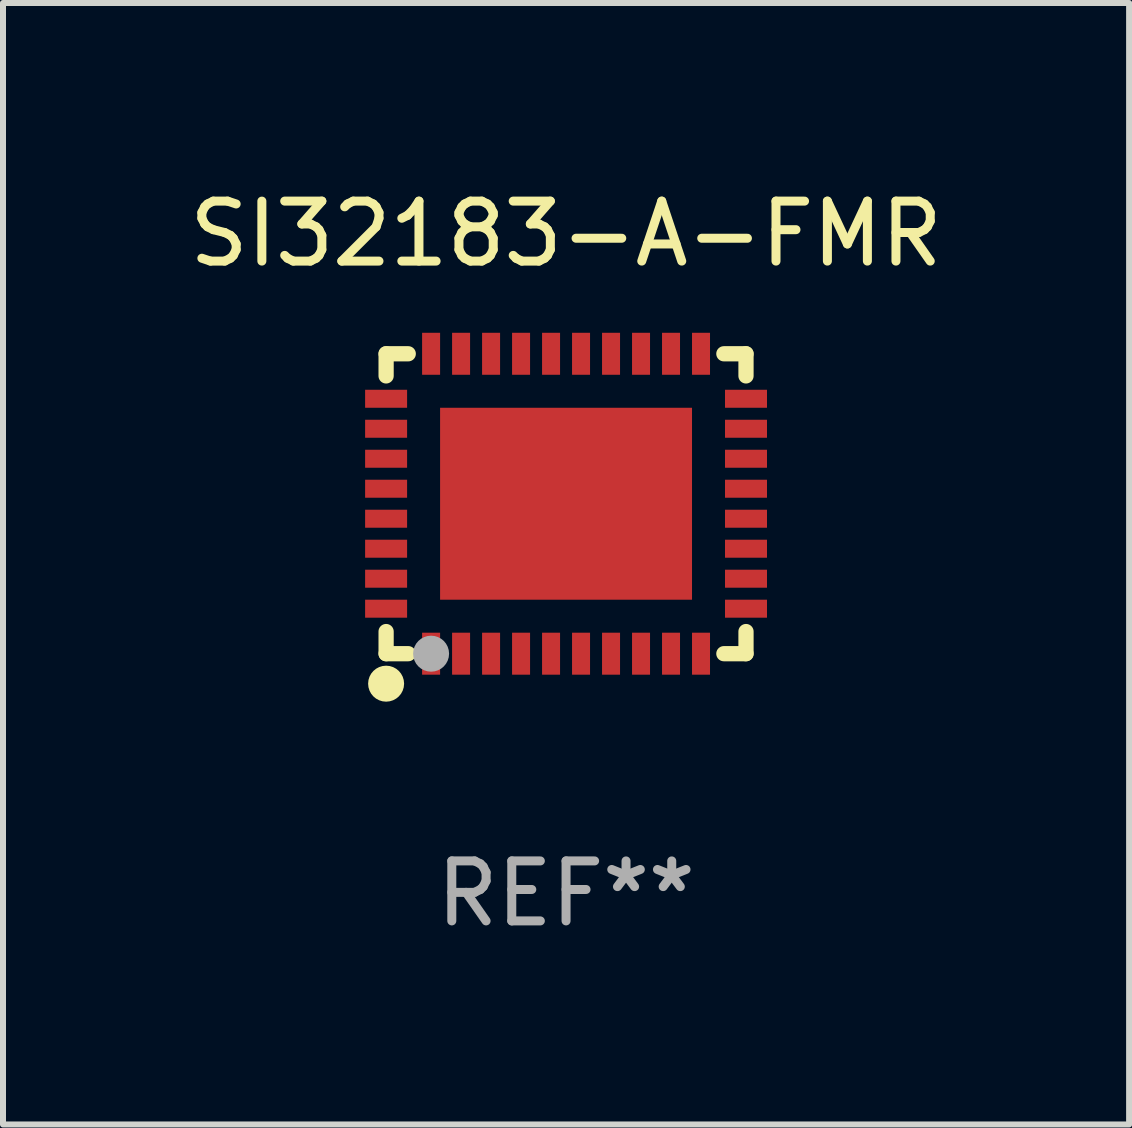
<source format=kicad_pcb>
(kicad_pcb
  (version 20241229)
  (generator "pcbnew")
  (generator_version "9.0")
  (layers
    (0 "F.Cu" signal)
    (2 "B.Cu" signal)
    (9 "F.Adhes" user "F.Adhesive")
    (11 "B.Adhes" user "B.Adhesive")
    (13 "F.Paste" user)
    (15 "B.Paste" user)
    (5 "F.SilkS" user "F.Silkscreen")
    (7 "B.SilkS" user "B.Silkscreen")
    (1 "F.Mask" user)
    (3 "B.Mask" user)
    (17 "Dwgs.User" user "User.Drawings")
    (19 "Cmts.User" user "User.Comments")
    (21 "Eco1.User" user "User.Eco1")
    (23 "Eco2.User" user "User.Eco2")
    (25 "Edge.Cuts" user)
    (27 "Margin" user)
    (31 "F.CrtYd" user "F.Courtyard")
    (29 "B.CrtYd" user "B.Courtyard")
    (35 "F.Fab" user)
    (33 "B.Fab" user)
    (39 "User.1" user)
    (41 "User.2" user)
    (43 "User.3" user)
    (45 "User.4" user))
  (footprint "SI32183-A-FMR"
    (layer "F.Cu")
    (at 6.387 5.348)
    (property "Reference" "SI32183-A-FMR" (at 0 -4.5 0) (layer "F.SilkS") (effects (font (size 1 1) (thickness 0.15))))
    (attr through_hole)
    (fp_line (start -3 -2.5) (end -3 -2.131) (stroke (width 0.254) (type solid)) (layer "F.SilkS"))
    (fp_line (start -3 -2.5) (end -2.631 -2.5) (stroke (width 0.254) (type solid)) (layer "F.SilkS"))
    (fp_line (start -3 2.131) (end -3 2.5) (stroke (width 0.254) (type solid)) (layer "F.SilkS"))
    (fp_line (start -3 2.5) (end -2.631 2.5) (stroke (width 0.254) (type solid)) (layer "F.SilkS"))
    (fp_line (start 2.631 -2.5) (end 3 -2.5) (stroke (width 0.254) (type solid)) (layer "F.SilkS"))
    (fp_line (start 2.631 2.5) (end 3 2.5) (stroke (width 0.254) (type solid)) (layer "F.SilkS"))
    (fp_line (start 3 -2.131) (end 3 -2.5) (stroke (width 0.254) (type solid)) (layer "F.SilkS"))
    (fp_line (start 3 2.5) (end 3 2.131) (stroke (width 0.254) (type solid)) (layer "F.SilkS"))
    (fp_circle (center -3 2.5) (end -2.97 2.5) (stroke (width 0.06) (type solid)) (fill no) (layer "F.SilkS"))
    (fp_circle (center -3 3) (end -2.85 3) (stroke (width 0.3) (type solid)) (fill no) (layer "F.SilkS"))
    (fp_circle (center -2.25 2.5) (end -2.1 2.5) (stroke (width 0.3) (type solid)) (fill no) (layer "F.Fab"))
    (fp_text user "REF**" (at 0 6.5 0) (layer "F.Fab") (effects (font (size 1 1) (thickness 0.15))))
    (pad "1" smd rect (at -2.25 2.5 180) (size 0.3 0.7) (layers "F.Cu" "F.Mask" "F.Paste"))
    (pad "2" smd rect (at -1.75 2.5 180) (size 0.3 0.7) (layers "F.Cu" "F.Mask" "F.Paste"))
    (pad "3" smd rect (at -1.25 2.5 180) (size 0.3 0.7) (layers "F.Cu" "F.Mask" "F.Paste"))
    (pad "4" smd rect (at -0.75 2.5 180) (size 0.3 0.7) (layers "F.Cu" "F.Mask" "F.Paste"))
    (pad "5" smd rect (at -0.25 2.5 180) (size 0.3 0.7) (layers "F.Cu" "F.Mask" "F.Paste"))
    (pad "6" smd rect (at 0.25 2.5 180) (size 0.3 0.7) (layers "F.Cu" "F.Mask" "F.Paste"))
    (pad "7" smd rect (at 0.75 2.5 180) (size 0.3 0.7) (layers "F.Cu" "F.Mask" "F.Paste"))
    (pad "8" smd rect (at 1.25 2.5 180) (size 0.3 0.7) (layers "F.Cu" "F.Mask" "F.Paste"))
    (pad "9" smd rect (at 1.75 2.5 180) (size 0.3 0.7) (layers "F.Cu" "F.Mask" "F.Paste"))
    (pad "10" smd rect (at 2.25 2.5 180) (size 0.3 0.7) (layers "F.Cu" "F.Mask" "F.Paste"))
    (pad "11" smd rect (at 3 1.75 270) (size 0.3 0.7) (layers "F.Cu" "F.Mask" "F.Paste"))
    (pad "12" smd rect (at 3 1.25 270) (size 0.3 0.7) (layers "F.Cu" "F.Mask" "F.Paste"))
    (pad "13" smd rect (at 3 0.75 270) (size 0.3 0.7) (layers "F.Cu" "F.Mask" "F.Paste"))
    (pad "14" smd rect (at 3 0.25 270) (size 0.3 0.7) (layers "F.Cu" "F.Mask" "F.Paste"))
    (pad "15" smd rect (at 3 -0.25 270) (size 0.3 0.7) (layers "F.Cu" "F.Mask" "F.Paste"))
    (pad "16" smd rect (at 3 -0.75 270) (size 0.3 0.7) (layers "F.Cu" "F.Mask" "F.Paste"))
    (pad "17" smd rect (at 3 -1.25 270) (size 0.3 0.7) (layers "F.Cu" "F.Mask" "F.Paste"))
    (pad "18" smd rect (at 3 -1.75 270) (size 0.3 0.7) (layers "F.Cu" "F.Mask" "F.Paste"))
    (pad "19" smd rect (at 2.25 -2.5) (size 0.3 0.7) (layers "F.Cu" "F.Mask" "F.Paste"))
    (pad "20" smd rect (at 1.75 -2.5) (size 0.3 0.7) (layers "F.Cu" "F.Mask" "F.Paste"))
    (pad "21" smd rect (at 1.25 -2.5) (size 0.3 0.7) (layers "F.Cu" "F.Mask" "F.Paste"))
    (pad "22" smd rect (at 0.75 -2.5) (size 0.3 0.7) (layers "F.Cu" "F.Mask" "F.Paste"))
    (pad "23" smd rect (at 0.25 -2.5) (size 0.3 0.7) (layers "F.Cu" "F.Mask" "F.Paste"))
    (pad "24" smd rect (at -0.25 -2.5) (size 0.3 0.7) (layers "F.Cu" "F.Mask" "F.Paste"))
    (pad "25" smd rect (at -0.75 -2.5) (size 0.3 0.7) (layers "F.Cu" "F.Mask" "F.Paste"))
    (pad "26" smd rect (at -1.25 -2.5) (size 0.3 0.7) (layers "F.Cu" "F.Mask" "F.Paste"))
    (pad "27" smd rect (at -1.75 -2.5) (size 0.3 0.7) (layers "F.Cu" "F.Mask" "F.Paste"))
    (pad "28" smd rect (at -2.25 -2.5) (size 0.3 0.7) (layers "F.Cu" "F.Mask" "F.Paste"))
    (pad "29" smd rect (at -3 -1.75 90) (size 0.3 0.7) (layers "F.Cu" "F.Mask" "F.Paste"))
    (pad "30" smd rect (at -3 -1.25 90) (size 0.3 0.7) (layers "F.Cu" "F.Mask" "F.Paste"))
    (pad "31" smd rect (at -3 -0.75 90) (size 0.3 0.7) (layers "F.Cu" "F.Mask" "F.Paste"))
    (pad "32" smd rect (at -3 -0.25 90) (size 0.3 0.7) (layers "F.Cu" "F.Mask" "F.Paste"))
    (pad "33" smd rect (at -3 0.25 90) (size 0.3 0.7) (layers "F.Cu" "F.Mask" "F.Paste"))
    (pad "34" smd rect (at -3 0.75 90) (size 0.3 0.7) (layers "F.Cu" "F.Mask" "F.Paste"))
    (pad "35" smd rect (at -3 1.25 90) (size 0.3 0.7) (layers "F.Cu" "F.Mask" "F.Paste"))
    (pad "36" smd rect (at -3 1.75 90) (size 0.3 0.7) (layers "F.Cu" "F.Mask" "F.Paste"))
    (pad "37" smd rect (at 0.000038 0.000089 90) (size 3.2 4.2) (layers "F.Cu" "F.Mask" "F.Paste")))
  (gr_rect
    (start -3 -3)
    (end 15.774 15.697)
    (stroke (width 0.1) (type default))
    (fill no)
    (layer "Edge.Cuts")))
</source>
